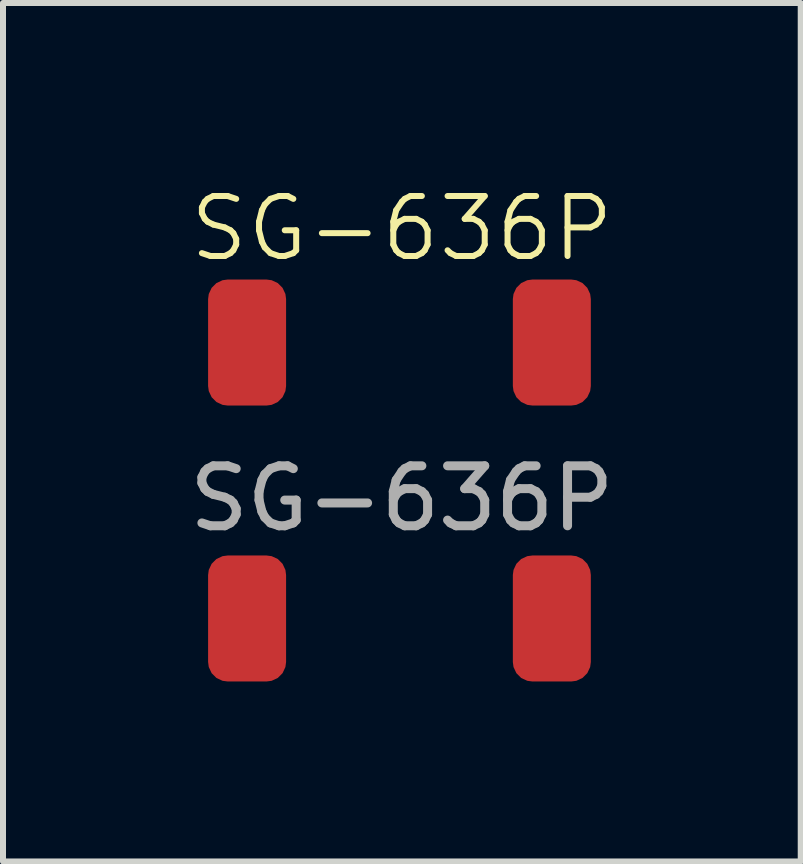
<source format=kicad_pcb>
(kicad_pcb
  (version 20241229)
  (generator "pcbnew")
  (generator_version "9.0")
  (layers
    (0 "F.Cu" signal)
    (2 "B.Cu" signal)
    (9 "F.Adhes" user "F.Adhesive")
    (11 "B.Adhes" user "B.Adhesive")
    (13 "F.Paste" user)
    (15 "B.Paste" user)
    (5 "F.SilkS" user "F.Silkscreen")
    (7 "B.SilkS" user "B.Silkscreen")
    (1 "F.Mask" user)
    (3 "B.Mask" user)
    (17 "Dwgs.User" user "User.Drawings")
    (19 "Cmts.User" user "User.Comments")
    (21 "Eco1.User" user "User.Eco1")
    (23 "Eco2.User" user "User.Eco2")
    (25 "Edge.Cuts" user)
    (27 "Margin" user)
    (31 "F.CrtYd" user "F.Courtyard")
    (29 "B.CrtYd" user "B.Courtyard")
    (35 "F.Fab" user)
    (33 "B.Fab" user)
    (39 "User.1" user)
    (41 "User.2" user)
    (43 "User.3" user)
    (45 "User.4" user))
  (footprint "SG-636P"
    (layer "F.Cu")
    (at 3.649 1.26)
    (property "Reference" "SG-636P" (at 0 -0.5 0) (unlocked yes) (layer "F.SilkS") (effects (font (size 1 1) (thickness 0.1))))
    (attr smd)
    (fp_text user "${REFERENCE}" (at 0 4 0) (unlocked yes) (layer "F.Fab") (effects (font (size 1 1) (thickness 0.15))))
    (pad "1" smd roundrect (at -2.58 6) (size 1.3 2.1) (layers "F.Cu" "F.Mask" "F.Paste") (roundrect_rratio 0.25))
    (pad "2" smd roundrect (at 2.5 6) (size 1.3 2.1) (layers "F.Cu" "F.Mask" "F.Paste") (roundrect_rratio 0.25))
    (pad "3" smd roundrect (at 2.5 1.4) (size 1.3 2.1) (layers "F.Cu" "F.Mask" "F.Paste") (roundrect_rratio 0.25))
    (pad "4" smd roundrect (at -2.58 1.4) (size 1.3 2.1) (layers "F.Cu" "F.Mask" "F.Paste") (roundrect_rratio 0.25)))
  (gr_rect
    (start -3 -3)
    (end 10.298 11.31)
    (stroke (width 0.1) (type default))
    (fill no)
    (layer "Edge.Cuts")))
</source>
